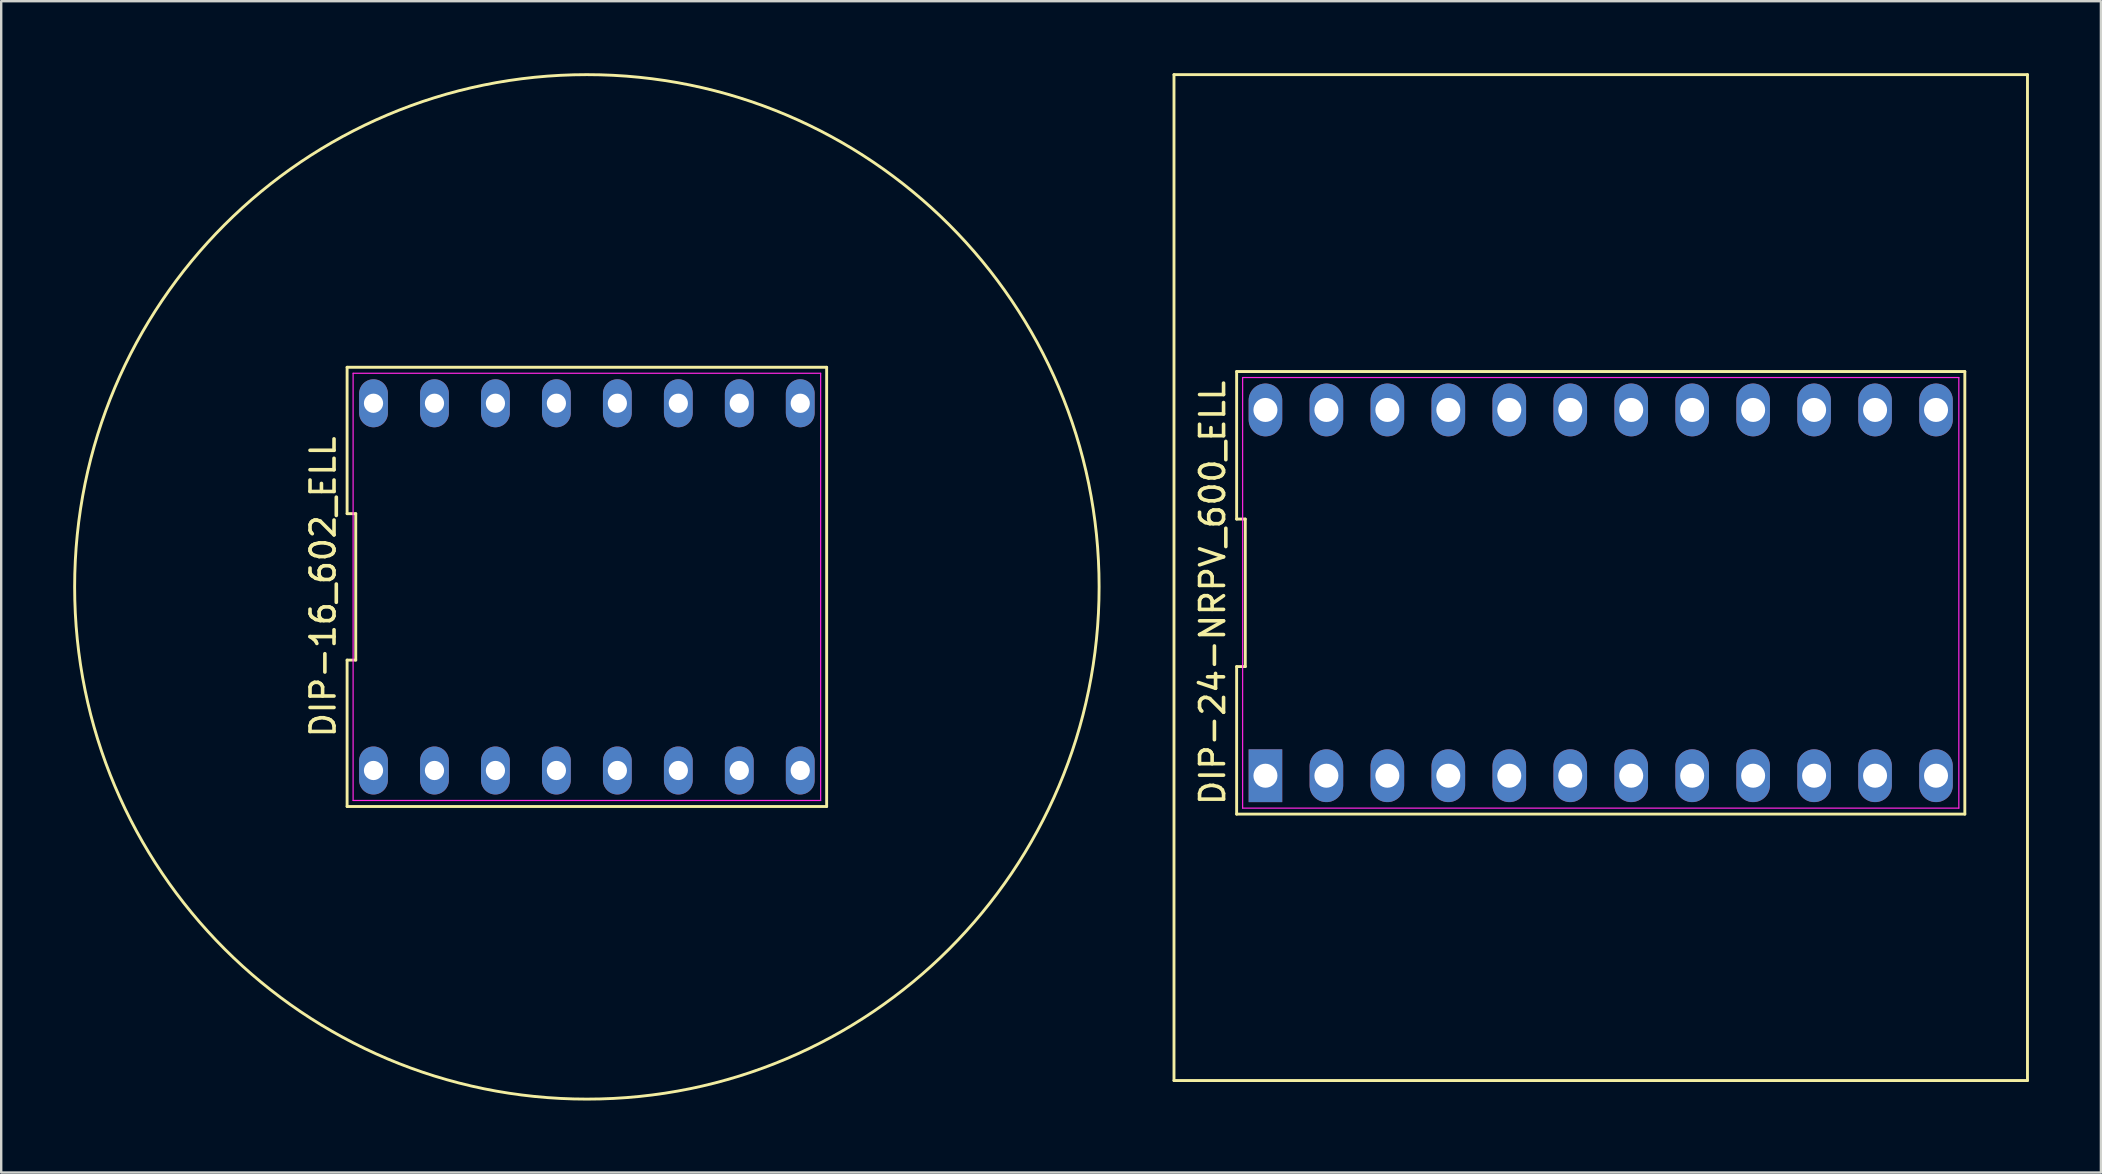
<source format=kicad_pcb>
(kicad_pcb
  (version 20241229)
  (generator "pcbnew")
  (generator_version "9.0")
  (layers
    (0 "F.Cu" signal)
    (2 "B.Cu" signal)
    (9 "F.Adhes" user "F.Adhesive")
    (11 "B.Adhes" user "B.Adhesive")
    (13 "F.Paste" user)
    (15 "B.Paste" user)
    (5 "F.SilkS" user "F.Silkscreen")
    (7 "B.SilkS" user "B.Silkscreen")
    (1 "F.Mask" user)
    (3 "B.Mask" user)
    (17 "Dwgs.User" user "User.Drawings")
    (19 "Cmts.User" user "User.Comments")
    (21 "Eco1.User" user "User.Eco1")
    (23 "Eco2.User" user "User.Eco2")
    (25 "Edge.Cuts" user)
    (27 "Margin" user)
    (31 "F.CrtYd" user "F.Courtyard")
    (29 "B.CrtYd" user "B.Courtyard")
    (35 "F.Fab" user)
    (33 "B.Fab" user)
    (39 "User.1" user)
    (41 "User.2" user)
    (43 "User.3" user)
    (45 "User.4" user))
  (footprint "DIP-24-NRPV_600_ELL"
    (layer "F.Cu")
    (at 63.644 21.65)
    (property "Reference" "DIP-24-NRPV_600_ELL" (at -16.17 0 90) (layer "F.SilkS") (effects (font (size 1 1) (thickness 0.15))))
    (attr through_hole)
    (fp_line (start -17.78 -21.59) (end -17.78 20.32) (stroke (width 0.12) (type solid)) (layer "F.SilkS"))
    (fp_line (start -17.78 20.32) (end 17.78 20.32) (stroke (width 0.12) (type solid)) (layer "F.SilkS"))
    (fp_line (start -15.17 -9.22) (end -15.17 -3.073) (stroke (width 0.12) (type solid)) (layer "F.SilkS"))
    (fp_line (start -15.17 -3.073) (end -14.81 -3.073) (stroke (width 0.12) (type solid)) (layer "F.SilkS"))
    (fp_line (start -15.17 3.073) (end -15.17 9.22) (stroke (width 0.12) (type solid)) (layer "F.SilkS"))
    (fp_line (start -15.17 9.22) (end 15.17 9.22) (stroke (width 0.12) (type solid)) (layer "F.SilkS"))
    (fp_line (start -14.81 -3.073) (end -14.81 3.073) (stroke (width 0.12) (type solid)) (layer "F.SilkS"))
    (fp_line (start -14.81 3.073) (end -15.17 3.073) (stroke (width 0.12) (type solid)) (layer "F.SilkS"))
    (fp_line (start 15.17 -9.22) (end -15.17 -9.22) (stroke (width 0.12) (type solid)) (layer "F.SilkS"))
    (fp_line (start 15.17 9.22) (end 15.17 -9.22) (stroke (width 0.12) (type solid)) (layer "F.SilkS"))
    (fp_line (start 17.78 -21.59) (end -17.78 -21.59) (stroke (width 0.12) (type solid)) (layer "F.SilkS"))
    (fp_line (start 17.78 20.32) (end 17.78 -21.59) (stroke (width 0.12) (type solid)) (layer "F.SilkS"))
    (fp_line (start -14.92 -8.97) (end 14.92 -8.97) (stroke (width 0.05) (type solid)) (layer "F.CrtYd"))
    (fp_line (start -14.92 8.97) (end -14.92 -8.97) (stroke (width 0.05) (type solid)) (layer "F.CrtYd"))
    (fp_line (start 14.92 -8.97) (end 14.92 8.97) (stroke (width 0.05) (type solid)) (layer "F.CrtYd"))
    (fp_line (start 14.92 8.97) (end -14.92 8.97) (stroke (width 0.05) (type solid)) (layer "F.CrtYd"))
    (pad "1" thru_hole rect (at -13.97 7.62) (size 1.4 2.2) (drill 1) (layers "*.Cu" "*.Mask"))
    (pad "2" thru_hole oval (at -11.43 7.62) (size 1.4 2.2) (drill 1) (layers "*.Cu" "*.Mask"))
    (pad "3" thru_hole oval (at -8.89 7.62) (size 1.4 2.2) (drill 1) (layers "*.Cu" "*.Mask"))
    (pad "4" thru_hole oval (at -6.35 7.62) (size 1.4 2.2) (drill 1) (layers "*.Cu" "*.Mask"))
    (pad "5" thru_hole oval (at -3.81 7.62) (size 1.4 2.2) (drill 1) (layers "*.Cu" "*.Mask"))
    (pad "6" thru_hole oval (at -1.27 7.62) (size 1.4 2.2) (drill 1) (layers "*.Cu" "*.Mask"))
    (pad "7" thru_hole oval (at 1.27 7.62) (size 1.4 2.2) (drill 1) (layers "*.Cu" "*.Mask"))
    (pad "8" thru_hole oval (at 3.81 7.62) (size 1.4 2.2) (drill 1) (layers "*.Cu" "*.Mask"))
    (pad "9" thru_hole oval (at 6.35 7.62) (size 1.4 2.2) (drill 1) (layers "*.Cu" "*.Mask"))
    (pad "10" thru_hole oval (at 8.89 7.62) (size 1.4 2.2) (drill 1) (layers "*.Cu" "*.Mask"))
    (pad "11" thru_hole oval (at 11.43 7.62) (size 1.4 2.2) (drill 1) (layers "*.Cu" "*.Mask"))
    (pad "12" thru_hole oval (at 13.97 7.62) (size 1.4 2.2) (drill 1) (layers "*.Cu" "*.Mask"))
    (pad "13" thru_hole oval (at 13.97 -7.62) (size 1.4 2.2) (drill 1) (layers "*.Cu" "*.Mask"))
    (pad "14" thru_hole oval (at 11.43 -7.62) (size 1.4 2.2) (drill 1) (layers "*.Cu" "*.Mask"))
    (pad "15" thru_hole oval (at 8.89 -7.62) (size 1.4 2.2) (drill 1) (layers "*.Cu" "*.Mask"))
    (pad "16" thru_hole oval (at 6.35 -7.62) (size 1.4 2.2) (drill 1) (layers "*.Cu" "*.Mask"))
    (pad "17" thru_hole oval (at 3.81 -7.62) (size 1.4 2.2) (drill 1) (layers "*.Cu" "*.Mask"))
    (pad "18" thru_hole oval (at 1.27 -7.62) (size 1.4 2.2) (drill 1) (layers "*.Cu" "*.Mask"))
    (pad "19" thru_hole oval (at -1.27 -7.62) (size 1.4 2.2) (drill 1) (layers "*.Cu" "*.Mask"))
    (pad "20" thru_hole oval (at -3.81 -7.62) (size 1.4 2.2) (drill 1) (layers "*.Cu" "*.Mask"))
    (pad "21" thru_hole oval (at -6.35 -7.62) (size 1.4 2.2) (drill 1) (layers "*.Cu" "*.Mask"))
    (pad "22" thru_hole oval (at -8.89 -7.62) (size 1.4 2.2) (drill 1) (layers "*.Cu" "*.Mask"))
    (pad "23" thru_hole oval (at -11.43 -7.62) (size 1.4 2.2) (drill 1) (layers "*.Cu" "*.Mask"))
    (pad "24" thru_hole oval (at -13.97 -7.62) (size 1.4 2.2) (drill 1) (layers "*.Cu" "*.Mask")))
  (footprint "DIP-16_602_ELL"
    (layer "F.Cu")
    (at 21.402 21.402)
    (property "Reference" "DIP-16_602_ELL" (at -10.99 0 90) (layer "F.SilkS") (effects (font (size 1 1) (thickness 0.15))))
    (attr through_hole)
    (fp_line (start -9.99 -9.15) (end -9.99 -3.05) (stroke (width 0.12) (type solid)) (layer "F.SilkS"))
    (fp_line (start -9.99 -3.05) (end -9.63 -3.05) (stroke (width 0.12) (type solid)) (layer "F.SilkS"))
    (fp_line (start -9.99 3.05) (end -9.99 9.15) (stroke (width 0.12) (type solid)) (layer "F.SilkS"))
    (fp_line (start -9.99 9.15) (end 9.99 9.15) (stroke (width 0.12) (type solid)) (layer "F.SilkS"))
    (fp_line (start -9.63 -3.05) (end -9.63 3.05) (stroke (width 0.12) (type solid)) (layer "F.SilkS"))
    (fp_line (start -9.63 3.05) (end -9.99 3.05) (stroke (width 0.12) (type solid)) (layer "F.SilkS"))
    (fp_line (start 9.99 -9.15) (end -9.99 -9.15) (stroke (width 0.12) (type solid)) (layer "F.SilkS"))
    (fp_line (start 9.99 9.15) (end 9.99 -9.15) (stroke (width 0.12) (type solid)) (layer "F.SilkS"))
    (fp_circle (center 0 0) (end 13.208 -16.764) (stroke (width 0.12) (type solid)) (fill no) (layer "F.SilkS"))
    (fp_line (start -9.74 -8.9) (end 9.74 -8.9) (stroke (width 0.05) (type solid)) (layer "F.CrtYd"))
    (fp_line (start -9.74 8.9) (end -9.74 -8.9) (stroke (width 0.05) (type solid)) (layer "F.CrtYd"))
    (fp_line (start 9.74 -8.9) (end 9.74 8.9) (stroke (width 0.05) (type solid)) (layer "F.CrtYd"))
    (fp_line (start 9.74 8.9) (end -9.74 8.9) (stroke (width 0.05) (type solid)) (layer "F.CrtYd"))
    (pad "1" thru_hole oval (at -8.89 7.65) (size 1.2 2) (drill 0.8) (layers "*.Cu" "*.Mask"))
    (pad "2" thru_hole oval (at -6.35 7.65) (size 1.2 2) (drill 0.8) (layers "*.Cu" "*.Mask"))
    (pad "3" thru_hole oval (at -3.81 7.65) (size 1.2 2) (drill 0.8) (layers "*.Cu" "*.Mask"))
    (pad "4" thru_hole oval (at -1.27 7.65) (size 1.2 2) (drill 0.8) (layers "*.Cu" "*.Mask"))
    (pad "5" thru_hole oval (at 1.27 7.65) (size 1.2 2) (drill 0.8) (layers "*.Cu" "*.Mask"))
    (pad "6" thru_hole oval (at 3.81 7.65) (size 1.2 2) (drill 0.8) (layers "*.Cu" "*.Mask"))
    (pad "7" thru_hole oval (at 6.35 7.65) (size 1.2 2) (drill 0.8) (layers "*.Cu" "*.Mask"))
    (pad "8" thru_hole oval (at 8.89 7.65) (size 1.2 2) (drill 0.8) (layers "*.Cu" "*.Mask"))
    (pad "9" thru_hole oval (at 8.89 -7.65) (size 1.2 2) (drill 0.8) (layers "*.Cu" "*.Mask"))
    (pad "10" thru_hole oval (at 6.35 -7.65) (size 1.2 2) (drill 0.8) (layers "*.Cu" "*.Mask"))
    (pad "11" thru_hole oval (at 3.81 -7.65) (size 1.2 2) (drill 0.8) (layers "*.Cu" "*.Mask"))
    (pad "12" thru_hole oval (at 1.27 -7.65) (size 1.2 2) (drill 0.8) (layers "*.Cu" "*.Mask"))
    (pad "13" thru_hole oval (at -1.27 -7.65) (size 1.2 2) (drill 0.8) (layers "*.Cu" "*.Mask"))
    (pad "14" thru_hole oval (at -3.81 -7.65) (size 1.2 2) (drill 0.8) (layers "*.Cu" "*.Mask"))
    (pad "15" thru_hole oval (at -6.35 -7.65) (size 1.2 2) (drill 0.8) (layers "*.Cu" "*.Mask"))
    (pad "16" thru_hole oval (at -8.89 -7.65) (size 1.2 2) (drill 0.8) (layers "*.Cu" "*.Mask")))
  (gr_rect
    (start -3 -3)
    (end 84.484 45.804)
    (stroke (width 0.1) (type default))
    (fill no)
    (layer "Edge.Cuts")))
</source>
